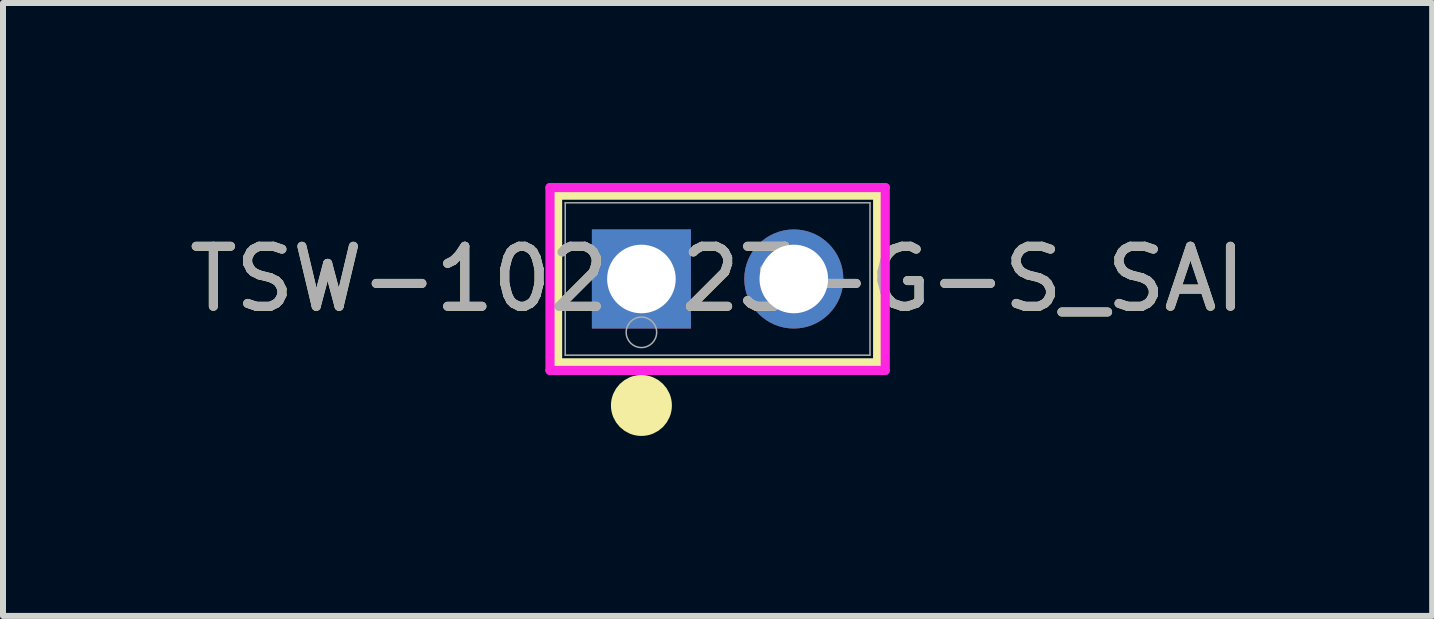
<source format=kicad_pcb>
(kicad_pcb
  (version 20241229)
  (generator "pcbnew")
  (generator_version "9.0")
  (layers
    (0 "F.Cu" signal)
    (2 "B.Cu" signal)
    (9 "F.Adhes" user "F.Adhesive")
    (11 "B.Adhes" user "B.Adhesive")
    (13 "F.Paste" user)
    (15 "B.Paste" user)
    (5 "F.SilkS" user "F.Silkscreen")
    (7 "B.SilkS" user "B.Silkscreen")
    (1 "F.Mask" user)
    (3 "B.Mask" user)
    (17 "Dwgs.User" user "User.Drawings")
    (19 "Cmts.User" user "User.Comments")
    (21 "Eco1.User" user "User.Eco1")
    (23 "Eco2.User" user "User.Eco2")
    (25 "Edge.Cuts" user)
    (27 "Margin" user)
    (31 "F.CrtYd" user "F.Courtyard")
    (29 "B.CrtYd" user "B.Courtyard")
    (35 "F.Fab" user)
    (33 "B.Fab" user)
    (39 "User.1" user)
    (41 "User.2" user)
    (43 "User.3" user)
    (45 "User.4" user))
  (footprint "TSW-102-23-G-S_SAI"
    (layer "F.Cu")
    (at 7.641 1.6)
    (property "Reference" "TSW-102-23-G-S_SAI" (at 1.27 0 0) (unlocked yes) (layer "F.SilkS") (effects (font (size 1 1) (thickness 0.15))))
    (attr through_hole)
    (fp_line (start -1.397 -1.397) (end -1.397 1.397) (stroke (width 0.152) (type solid)) (layer "F.SilkS"))
    (fp_line (start -1.397 1.397) (end 3.937 1.397) (stroke (width 0.152) (type solid)) (layer "F.SilkS"))
    (fp_line (start 3.937 -1.397) (end -1.397 -1.397) (stroke (width 0.152) (type solid)) (layer "F.SilkS"))
    (fp_line (start 3.937 1.397) (end 3.937 -1.397) (stroke (width 0.152) (type solid)) (layer "F.SilkS"))
    (fp_circle (center 0 2.108) (end 0.254 2.108) (stroke (width 0.508) (type solid)) (fill no) (layer "F.SilkS"))
    (fp_line (start -1.524 -1.524) (end -1.524 1.524) (stroke (width 0.152) (type solid)) (layer "F.CrtYd"))
    (fp_line (start -1.524 1.524) (end 4.064 1.524) (stroke (width 0.152) (type solid)) (layer "F.CrtYd"))
    (fp_line (start 4.064 -1.524) (end -1.524 -1.524) (stroke (width 0.152) (type solid)) (layer "F.CrtYd"))
    (fp_line (start 4.064 1.524) (end 4.064 -1.524) (stroke (width 0.152) (type solid)) (layer "F.CrtYd"))
    (fp_line (start -1.27 -1.27) (end -1.27 1.27) (stroke (width 0.025) (type solid)) (layer "F.Fab"))
    (fp_line (start -1.27 1.27) (end 3.81 1.27) (stroke (width 0.025) (type solid)) (layer "F.Fab"))
    (fp_line (start 3.81 -1.27) (end -1.27 -1.27) (stroke (width 0.025) (type solid)) (layer "F.Fab"))
    (fp_line (start 3.81 1.27) (end 3.81 -1.27) (stroke (width 0.025) (type solid)) (layer "F.Fab"))
    (fp_circle (center 0 0.889) (end 0.254 0.889) (stroke (width 0.025) (type solid)) (fill no) (layer "F.Fab"))
    (fp_text user "${REFERENCE}" (at 1.27 0 0) (unlocked yes) (layer "F.Fab") (effects (font (size 1 1) (thickness 0.15))))
    (pad "1" thru_hole rect (at 0 0) (size 1.651 1.651) (drill 1.143) (layers "*.Cu" "*.Mask"))
    (pad "2" thru_hole circle (at 2.54 0) (size 1.651 1.651) (drill 1.143) (layers "*.Cu" "*.Mask")))
  (gr_rect
    (start -3 -3)
    (end 20.821 7.216)
    (stroke (width 0.1) (type default))
    (fill no)
    (layer "Edge.Cuts")))
</source>
